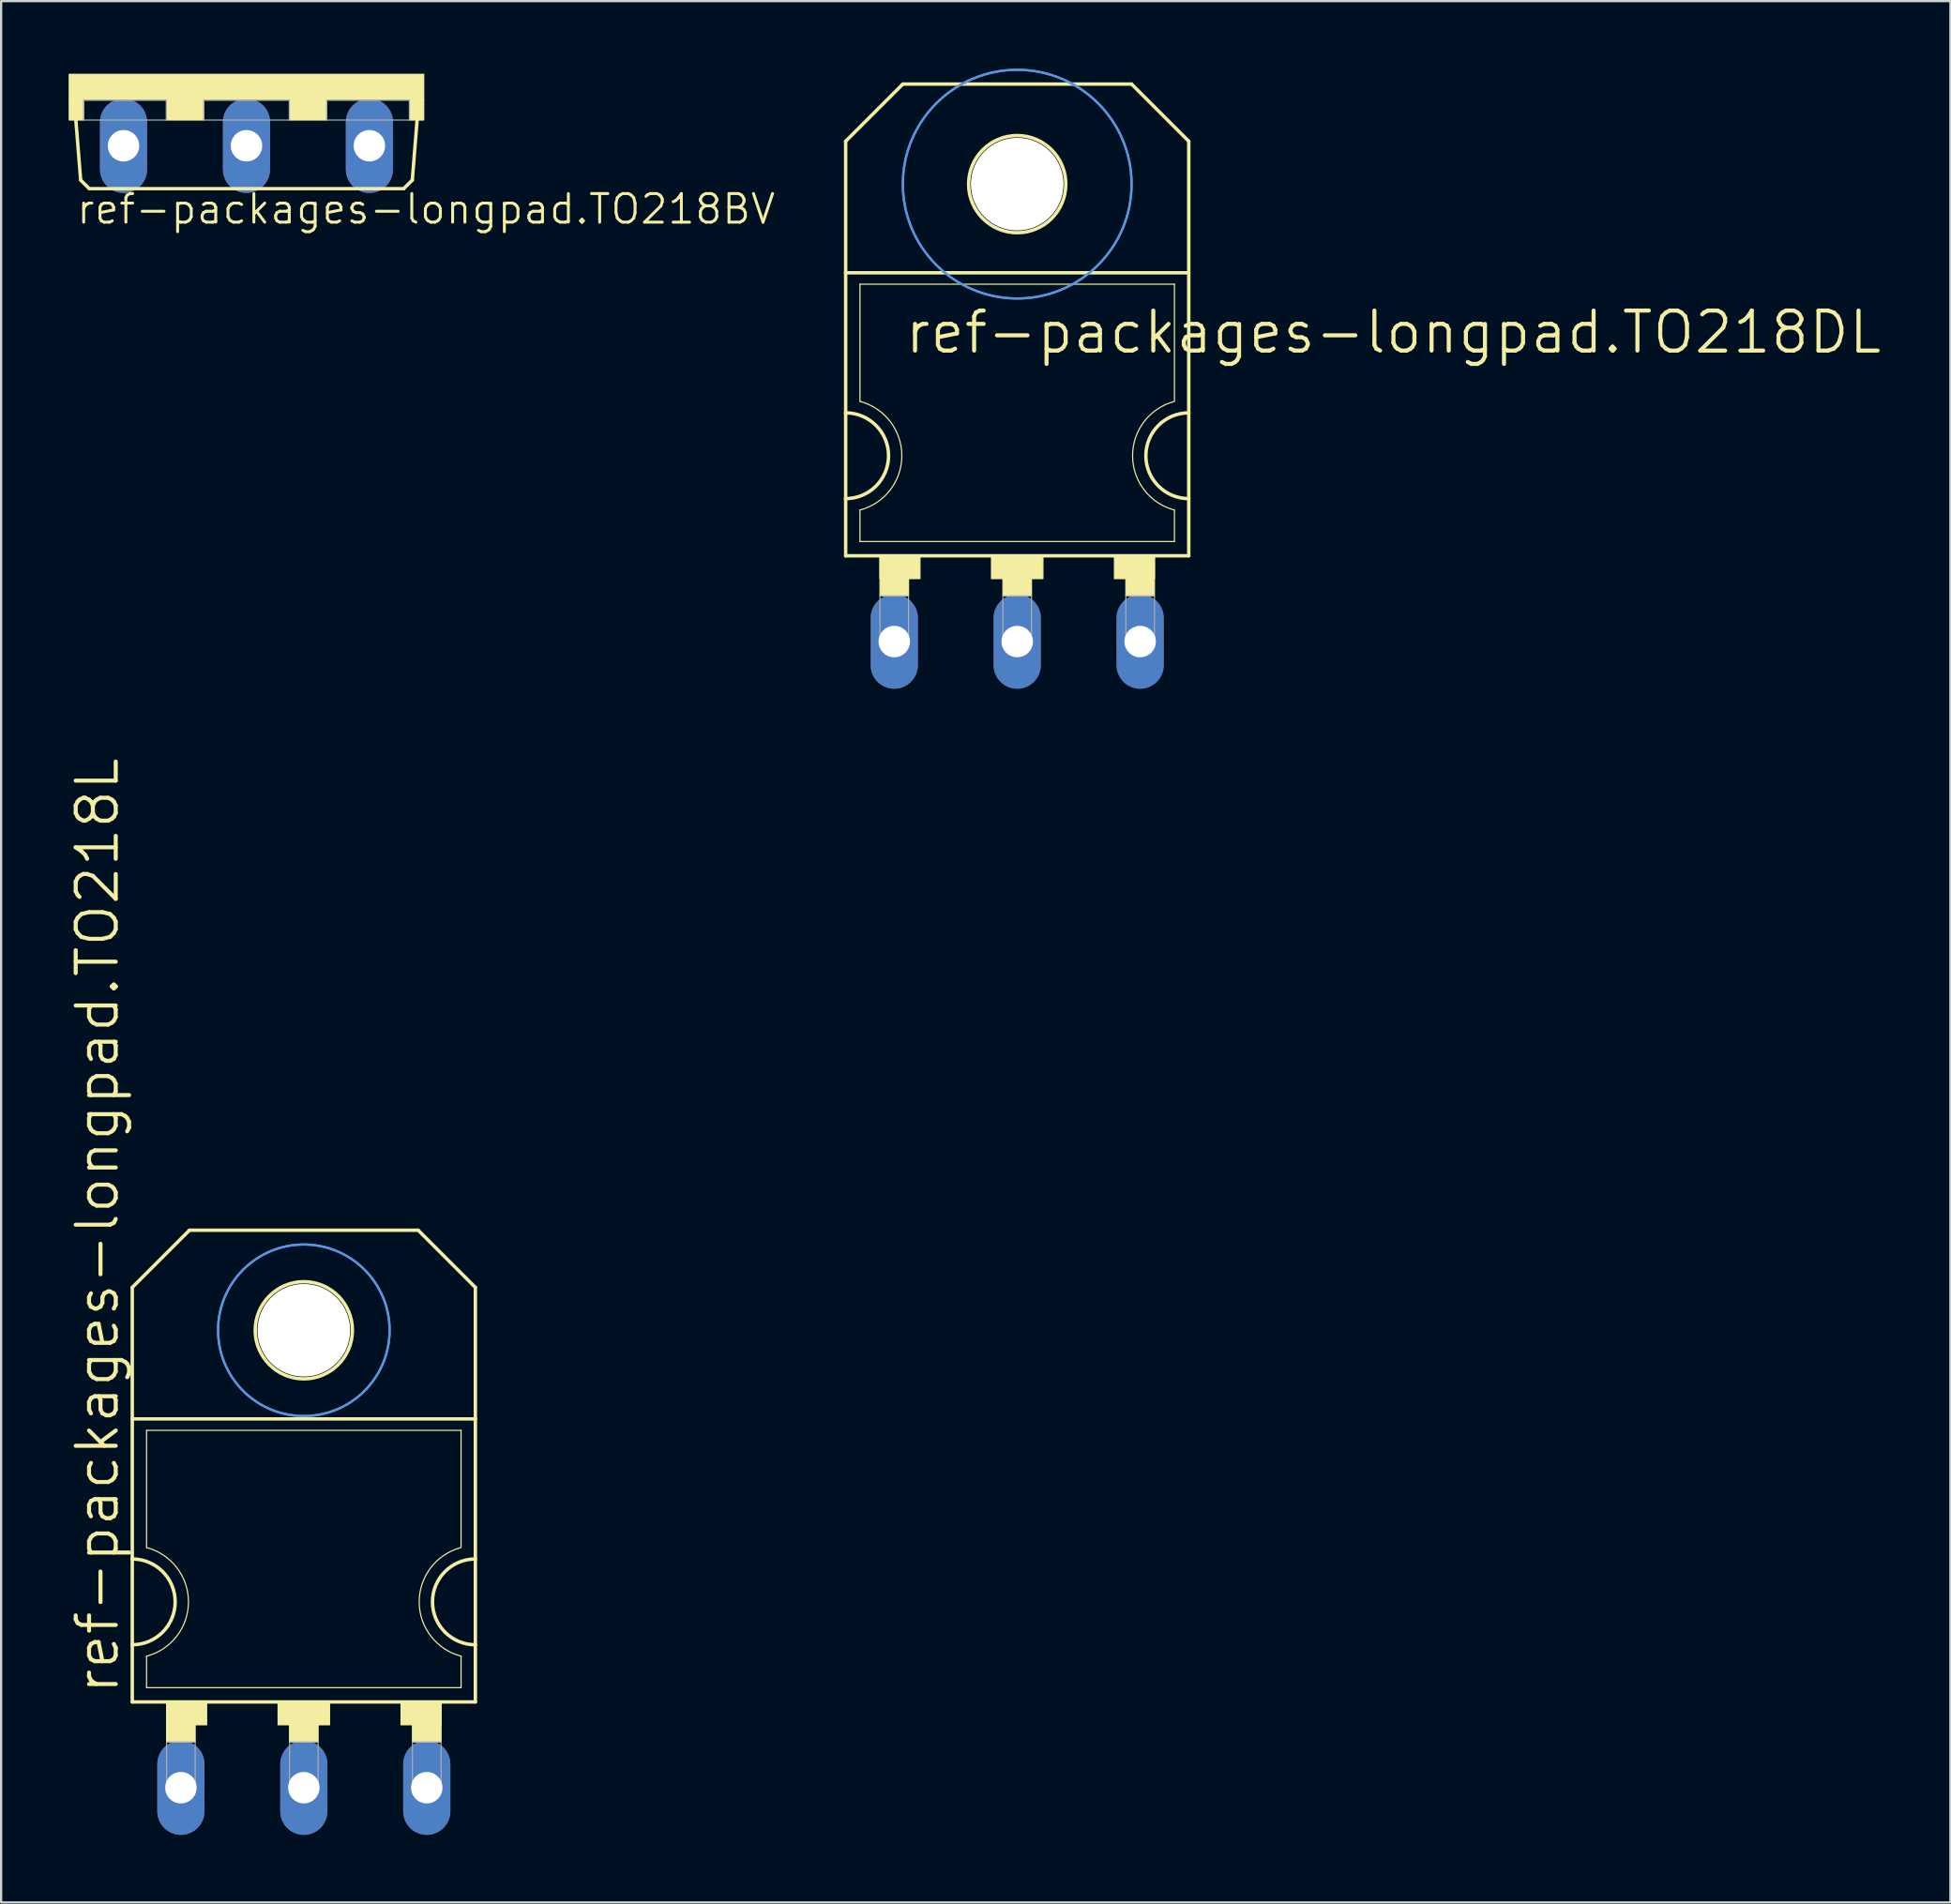
<source format=kicad_pcb>
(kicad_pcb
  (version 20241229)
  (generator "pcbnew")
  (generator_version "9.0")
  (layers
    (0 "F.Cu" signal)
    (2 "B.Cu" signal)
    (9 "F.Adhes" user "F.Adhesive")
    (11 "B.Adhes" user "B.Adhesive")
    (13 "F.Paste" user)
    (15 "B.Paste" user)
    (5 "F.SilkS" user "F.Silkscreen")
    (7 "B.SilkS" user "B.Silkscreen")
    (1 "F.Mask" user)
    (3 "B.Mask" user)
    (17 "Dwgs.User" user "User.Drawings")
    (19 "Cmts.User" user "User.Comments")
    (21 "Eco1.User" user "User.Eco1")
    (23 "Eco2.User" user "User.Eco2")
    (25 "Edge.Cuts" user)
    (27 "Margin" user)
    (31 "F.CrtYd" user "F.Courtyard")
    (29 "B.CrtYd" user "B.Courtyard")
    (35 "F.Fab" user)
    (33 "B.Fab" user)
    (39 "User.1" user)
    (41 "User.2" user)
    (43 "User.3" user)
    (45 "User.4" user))
  (footprint "ref-packages-longpad.TO218DL"
    (layer "F.Cu")
    (at 42.135 15.29)
    (property "Reference" "ref-packages-longpad.TO218DL" (at -5.08 -2.54 0) (layer "F.SilkS") (effects (font (size 1.778 1.778) (thickness 0.18)) (justify left bottom)))
    (attr through_hole)
    (fp_line (start -7.62 -12.065) (end -7.62 -6.223) (stroke (width 0.152) (type default)) (layer "F.SilkS"))
    (fp_line (start -7.62 -12.065) (end -5.08 -14.605) (stroke (width 0.152) (type default)) (layer "F.SilkS"))
    (fp_line (start -7.62 0) (end -7.62 -6.223) (stroke (width 0.152) (type default)) (layer "F.SilkS"))
    (fp_line (start -7.62 3.81) (end -7.62 0) (stroke (width 0.152) (type default)) (layer "F.SilkS"))
    (fp_line (start -7.62 6.35) (end -7.62 3.81) (stroke (width 0.152) (type default)) (layer "F.SilkS"))
    (fp_line (start -7.62 6.35) (end 7.62 6.35) (stroke (width 0.152) (type default)) (layer "F.SilkS"))
    (fp_line (start -6.985 -0.508) (end -6.985 -5.715) (stroke (width 0.051) (type default)) (layer "F.SilkS"))
    (fp_line (start -6.985 5.715) (end -6.985 4.318) (stroke (width 0.051) (type default)) (layer "F.SilkS"))
    (fp_line (start -6.985 5.715) (end 6.985 5.715) (stroke (width 0.051) (type default)) (layer "F.SilkS"))
    (fp_line (start 5.08 -14.605) (end -5.08 -14.605) (stroke (width 0.152) (type default)) (layer "F.SilkS"))
    (fp_line (start 6.985 -5.715) (end -6.985 -5.715) (stroke (width 0.051) (type default)) (layer "F.SilkS"))
    (fp_line (start 6.985 -0.508) (end 6.985 -5.715) (stroke (width 0.051) (type default)) (layer "F.SilkS"))
    (fp_line (start 6.985 5.715) (end 6.985 4.318) (stroke (width 0.051) (type default)) (layer "F.SilkS"))
    (fp_line (start 7.62 -12.065) (end 5.08 -14.605) (stroke (width 0.152) (type default)) (layer "F.SilkS"))
    (fp_line (start 7.62 -12.065) (end 7.62 -6.223) (stroke (width 0.152) (type default)) (layer "F.SilkS"))
    (fp_line (start 7.62 -6.223) (end -7.62 -6.223) (stroke (width 0.152) (type default)) (layer "F.SilkS"))
    (fp_line (start 7.62 -6.223) (end 7.62 0) (stroke (width 0.152) (type default)) (layer "F.SilkS"))
    (fp_line (start 7.62 0) (end 7.62 3.81) (stroke (width 0.152) (type default)) (layer "F.SilkS"))
    (fp_line (start 7.62 3.81) (end 7.62 6.35) (stroke (width 0.152) (type default)) (layer "F.SilkS"))
    (fp_rect (start -6.096 7.366) (end -4.318 6.35) (stroke (width 0.05) (type default)) (fill yes) (layer "F.SilkS"))
    (fp_rect (start -6.096 8.128) (end -4.826 6.35) (stroke (width 0.05) (type default)) (fill yes) (layer "F.SilkS"))
    (fp_rect (start -1.143 7.366) (end 1.143 6.35) (stroke (width 0.05) (type default)) (fill yes) (layer "F.SilkS"))
    (fp_rect (start -0.635 8.128) (end 0.635 6.35) (stroke (width 0.05) (type default)) (fill yes) (layer "F.SilkS"))
    (fp_rect (start 4.318 7.366) (end 6.096 6.35) (stroke (width 0.05) (type default)) (fill yes) (layer "F.SilkS"))
    (fp_rect (start 4.826 8.128) (end 6.096 6.35) (stroke (width 0.05) (type default)) (fill yes) (layer "F.SilkS"))
    (fp_arc (start -7.62 0) (mid -5.715 1.905) (end -7.62 3.81) (stroke (width 0.1524) (type default)) (layer "F.SilkS"))
    (fp_arc (start -6.985 -0.508) (mid -5.124846 1.905) (end -6.985 4.318) (stroke (width 0.0508) (type default)) (layer "F.SilkS"))
    (fp_arc (start 6.9851 4.3178) (mid 5.125027 1.921942) (end 6.9522 -0.4991) (stroke (width 0.0508) (type default)) (layer "F.SilkS"))
    (fp_arc (start 7.62 3.81) (mid 5.715 1.905) (end 7.62 0) (stroke (width 0.1524) (type default)) (layer "F.SilkS"))
    (fp_circle (center 0 -10.16) (end 2.159 -10.16) (stroke (width 0.152) (type default)) (fill no) (layer "F.SilkS"))
    (fp_circle (center 0 -10.16) (end 5.08 -10.16) (stroke (width 0.1) (type default)) (fill no) (layer "Cmts.User"))
    (fp_circle (center 0 -10.16) (end 5.08 -10.16) (stroke (width 0.1) (type default)) (fill no) (layer "Cmts.User"))
    (fp_rect (start -6.096 10.287) (end -4.826 8.128) (stroke (width 0.05) (type default)) (fill no) (layer "F.Fab"))
    (fp_rect (start -0.635 10.287) (end 0.635 8.128) (stroke (width 0.05) (type default)) (fill no) (layer "F.Fab"))
    (fp_rect (start 4.826 10.287) (end 6.096 8.128) (stroke (width 0.05) (type default)) (fill no) (layer "F.Fab"))
    (pad "" np_thru_hole circle (at 0 -10.16) (size 4.115 4.115) (drill 4.115) (layers "*.Cu" "*.Mask"))
    (pad "A1" thru_hole oval (at -5.461 10.16 90) (size 4.191 2.095) (drill 1.397) (layers "*.Cu" "*.Mask"))
    (pad "A2" thru_hole oval (at 0 10.16 90) (size 4.191 2.095) (drill 1.397) (layers "*.Cu" "*.Mask"))
    (pad "G" thru_hole oval (at 5.461 10.16 90) (size 4.191 2.095) (drill 1.397) (layers "*.Cu" "*.Mask")))
  (footprint "ref-packages-longpad.TO218L"
    (layer "F.Cu")
    (at 10.446 66.205)
    (property "Reference" "ref-packages-longpad.TO218L" (at -8.128 6.096 90) (layer "F.SilkS") (effects (font (size 1.778 1.778) (thickness 0.18)) (justify left bottom)))
    (attr through_hole)
    (fp_line (start -7.62 -12.065) (end -7.62 -6.223) (stroke (width 0.152) (type default)) (layer "F.SilkS"))
    (fp_line (start -7.62 -12.065) (end -5.08 -14.605) (stroke (width 0.152) (type default)) (layer "F.SilkS"))
    (fp_line (start -7.62 0) (end -7.62 -6.223) (stroke (width 0.152) (type default)) (layer "F.SilkS"))
    (fp_line (start -7.62 3.81) (end -7.62 0) (stroke (width 0.152) (type default)) (layer "F.SilkS"))
    (fp_line (start -7.62 6.35) (end -7.62 3.81) (stroke (width 0.152) (type default)) (layer "F.SilkS"))
    (fp_line (start -7.62 6.35) (end 7.62 6.35) (stroke (width 0.152) (type default)) (layer "F.SilkS"))
    (fp_line (start -6.985 -0.508) (end -6.985 -5.715) (stroke (width 0.051) (type default)) (layer "F.SilkS"))
    (fp_line (start -6.985 5.715) (end -6.985 4.318) (stroke (width 0.051) (type default)) (layer "F.SilkS"))
    (fp_line (start -6.985 5.715) (end 6.985 5.715) (stroke (width 0.051) (type default)) (layer "F.SilkS"))
    (fp_line (start 5.08 -14.605) (end -5.08 -14.605) (stroke (width 0.152) (type default)) (layer "F.SilkS"))
    (fp_line (start 6.985 -5.715) (end -6.985 -5.715) (stroke (width 0.051) (type default)) (layer "F.SilkS"))
    (fp_line (start 6.985 -0.508) (end 6.985 -5.715) (stroke (width 0.051) (type default)) (layer "F.SilkS"))
    (fp_line (start 6.985 5.715) (end 6.985 4.318) (stroke (width 0.051) (type default)) (layer "F.SilkS"))
    (fp_line (start 7.62 -12.065) (end 5.08 -14.605) (stroke (width 0.152) (type default)) (layer "F.SilkS"))
    (fp_line (start 7.62 -12.065) (end 7.62 -6.223) (stroke (width 0.152) (type default)) (layer "F.SilkS"))
    (fp_line (start 7.62 -6.223) (end -7.62 -6.223) (stroke (width 0.152) (type default)) (layer "F.SilkS"))
    (fp_line (start 7.62 -6.223) (end 7.62 0) (stroke (width 0.152) (type default)) (layer "F.SilkS"))
    (fp_line (start 7.62 0) (end 7.62 3.81) (stroke (width 0.152) (type default)) (layer "F.SilkS"))
    (fp_line (start 7.62 3.81) (end 7.62 6.35) (stroke (width 0.152) (type default)) (layer "F.SilkS"))
    (fp_rect (start -6.096 7.366) (end -4.318 6.35) (stroke (width 0.05) (type default)) (fill yes) (layer "F.SilkS"))
    (fp_rect (start -6.096 8.128) (end -4.826 6.35) (stroke (width 0.05) (type default)) (fill yes) (layer "F.SilkS"))
    (fp_rect (start -1.143 7.366) (end 1.143 6.35) (stroke (width 0.05) (type default)) (fill yes) (layer "F.SilkS"))
    (fp_rect (start -0.635 8.128) (end 0.635 6.35) (stroke (width 0.05) (type default)) (fill yes) (layer "F.SilkS"))
    (fp_rect (start 4.318 7.366) (end 6.096 6.35) (stroke (width 0.05) (type default)) (fill yes) (layer "F.SilkS"))
    (fp_rect (start 4.826 8.128) (end 6.096 6.35) (stroke (width 0.05) (type default)) (fill yes) (layer "F.SilkS"))
    (fp_arc (start -7.62 0) (mid -5.715 1.905) (end -7.62 3.81) (stroke (width 0.1524) (type default)) (layer "F.SilkS"))
    (fp_arc (start -6.985 -0.508) (mid -5.124846 1.905) (end -6.985 4.318) (stroke (width 0.0508) (type default)) (layer "F.SilkS"))
    (fp_arc (start 6.9851 4.3178) (mid 5.125027 1.921942) (end 6.9522 -0.4991) (stroke (width 0.0508) (type default)) (layer "F.SilkS"))
    (fp_arc (start 7.62 3.81) (mid 5.715 1.905) (end 7.62 0) (stroke (width 0.1524) (type default)) (layer "F.SilkS"))
    (fp_circle (center 0 -10.16) (end 2.159 -10.16) (stroke (width 0.152) (type default)) (fill no) (layer "F.SilkS"))
    (fp_circle (center 0 -10.16) (end 3.81 -10.16) (stroke (width 0.1) (type default)) (fill no) (layer "Cmts.User"))
    (fp_circle (center 0 -10.16) (end 3.81 -10.16) (stroke (width 0.1) (type default)) (fill no) (layer "Cmts.User"))
    (fp_rect (start -6.096 10.287) (end -4.826 8.128) (stroke (width 0.05) (type default)) (fill no) (layer "F.Fab"))
    (fp_rect (start -0.635 10.287) (end 0.635 8.128) (stroke (width 0.05) (type default)) (fill no) (layer "F.Fab"))
    (fp_rect (start 4.826 10.287) (end 6.096 8.128) (stroke (width 0.05) (type default)) (fill no) (layer "F.Fab"))
    (pad "" np_thru_hole circle (at 0 -10.16) (size 4.115 4.115) (drill 4.115) (layers "*.Cu" "*.Mask"))
    (pad "A1" thru_hole oval (at -5.461 10.16 90) (size 4.191 2.095) (drill 1.397) (layers "*.Cu" "*.Mask"))
    (pad "A2" thru_hole oval (at 5.461 10.16 90) (size 4.191 2.095) (drill 1.397) (layers "*.Cu" "*.Mask"))
    (pad "C" thru_hole oval (at 0 10.16 90) (size 4.191 2.095) (drill 1.397) (layers "*.Cu" "*.Mask")))
  (footprint "ref-packages-longpad.TO218BV"
    (layer "F.Cu")
    (at 7.899 0.25)
    (property "Reference" "ref-packages-longpad.TO218BV" (at -7.62 6.731 0) (layer "F.SilkS") (effects (font (size 1.27 1.27) (thickness 0.13)) (justify left bottom)))
    (attr through_hole)
    (fp_line (start -7.366 4.699) (end -7.62 1.524) (stroke (width 0.152) (type default)) (layer "F.SilkS"))
    (fp_line (start -6.985 5.08) (end -7.366 4.699) (stroke (width 0.152) (type default)) (layer "F.SilkS"))
    (fp_line (start -6.985 5.08) (end 6.985 5.08) (stroke (width 0.152) (type default)) (layer "F.SilkS"))
    (fp_line (start 6.985 5.08) (end 7.366 4.699) (stroke (width 0.152) (type default)) (layer "F.SilkS"))
    (fp_line (start 7.366 4.699) (end 7.62 1.524) (stroke (width 0.152) (type default)) (layer "F.SilkS"))
    (fp_rect (start -7.874 1.143) (end 7.874 0) (stroke (width 0.05) (type default)) (fill yes) (layer "F.SilkS"))
    (fp_rect (start -7.874 2.032) (end -7.239 1.143) (stroke (width 0.05) (type default)) (fill yes) (layer "F.SilkS"))
    (fp_rect (start -3.556 2.032) (end -1.905 1.143) (stroke (width 0.05) (type default)) (fill yes) (layer "F.SilkS"))
    (fp_rect (start 1.905 2.032) (end 3.556 1.143) (stroke (width 0.05) (type default)) (fill yes) (layer "F.SilkS"))
    (fp_rect (start 7.239 2.032) (end 7.874 1.143) (stroke (width 0.05) (type default)) (fill yes) (layer "F.SilkS"))
    (fp_rect (start -7.239 2.032) (end -3.556 1.143) (stroke (width 0.05) (type default)) (fill no) (layer "F.Fab"))
    (fp_rect (start -1.905 2.032) (end 1.905 1.143) (stroke (width 0.05) (type default)) (fill no) (layer "F.Fab"))
    (fp_rect (start 3.556 2.032) (end 7.239 1.143) (stroke (width 0.05) (type default)) (fill no) (layer "F.Fab"))
    (pad "D" thru_hole oval (at 0 3.175 90) (size 4.191 2.095) (drill 1.397) (layers "*.Cu" "*.Mask"))
    (pad "G" thru_hole oval (at -5.461 3.175 90) (size 4.191 2.095) (drill 1.397) (layers "*.Cu" "*.Mask"))
    (pad "S" thru_hole oval (at 5.461 3.175 90) (size 4.191 2.095) (drill 1.397) (layers "*.Cu" "*.Mask")))
  (gr_rect
    (start -3 -3)
    (end 83.589 81.461)
    (stroke (width 0.1) (type default))
    (fill no)
    (layer "Edge.Cuts")))
</source>
